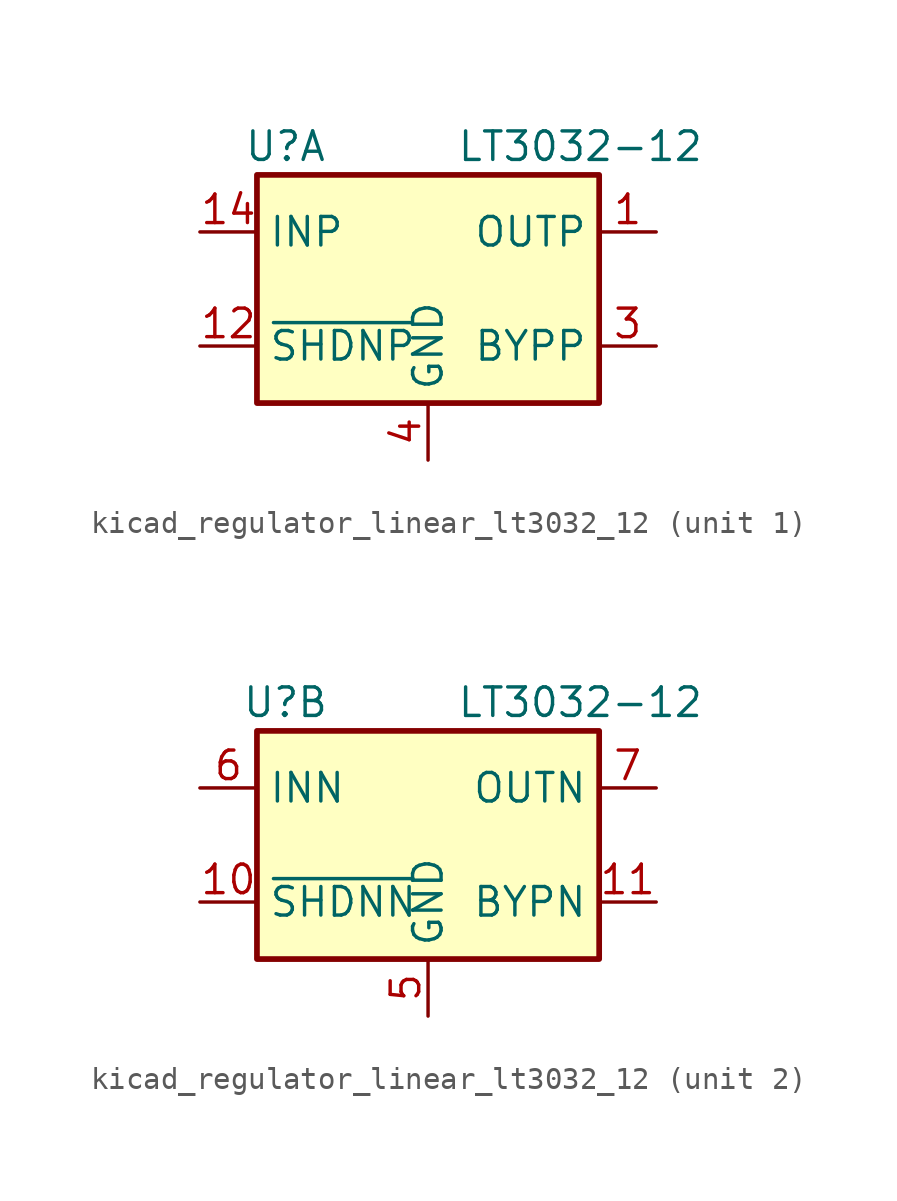
<source format=kicad_sym>
(kicad_symbol_lib
  (version 20220914)
  (generator kicad_symbol_editor)
  (symbol "kicad_regulator_linear_lt3032_12"
    (property "Reference" "U"
      (at -6.35 6.35 0)
      (effects (font (size 1.27 1.27))))
    (property "Value" "LT3032-12"
      (at 1.27 6.35 0)
      (effects (font (size 1.27 1.27)) (justify left)))
    (property "ki_locked" ""
      (at 0 0 0)
      (effects (font (size 1.27 1.27))))
    (symbol "kicad_regulator_linear_lt3032_12_0_1"
      (rectangle (start -7.62 5.08) (end 7.62 -5.08) (stroke (width 0.254) (type default)) (fill (type background))))
    (symbol "kicad_regulator_linear_lt3032_12_1_1"
      (pin power_out line (at 10.16 2.54 180) (length 2.54) (name "OUTP" (effects (font (size 1.27 1.27)))) (number "1" (effects (font (size 1.27 1.27)))))
      (pin input line (at -10.16 -2.54 0) (length 2.54) (name "~{SHDNP}" (effects (font (size 1.27 1.27)))) (number "12" (effects (font (size 1.27 1.27)))))
      (pin no_connect line (at 7.62 -5.08 180) (length 2.54) hide (name "NC" (effects (font (size 1.27 1.27)))) (number "13" (effects (font (size 1.27 1.27)))))
      (pin power_in line (at -10.16 2.54 0) (length 2.54) (name "INP" (effects (font (size 1.27 1.27)))) (number "14" (effects (font (size 1.27 1.27)))))
      (pin no_connect line (at 7.62 0 180) (length 2.54) hide (name "NC" (effects (font (size 1.27 1.27)))) (number "2" (effects (font (size 1.27 1.27)))))
      (pin passive line (at 10.16 -2.54 180) (length 2.54) (name "BYPP" (effects (font (size 1.27 1.27)))) (number "3" (effects (font (size 1.27 1.27)))))
      (pin power_in line (at 0 -7.62 90) (length 2.54) (name "GND" (effects (font (size 1.27 1.27)))) (number "4" (effects (font (size 1.27 1.27))))))
    (symbol "kicad_regulator_linear_lt3032_12_2_1"
      (pin input line (at -10.16 -2.54 0) (length 2.54) (name "~{SHDNN}" (effects (font (size 1.27 1.27)))) (number "10" (effects (font (size 1.27 1.27)))))
      (pin passive line (at 10.16 -2.54 180) (length 2.54) (name "BYPN" (effects (font (size 1.27 1.27)))) (number "11" (effects (font (size 1.27 1.27)))))
      (pin power_in line (at 0 -7.62 90) (length 2.54) (name "GND" (effects (font (size 1.27 1.27)))) (number "5" (effects (font (size 1.27 1.27)))))
      (pin power_in line (at -10.16 2.54 0) (length 2.54) (name "INN" (effects (font (size 1.27 1.27)))) (number "6" (effects (font (size 1.27 1.27)))))
      (pin power_out line (at 10.16 2.54 180) (length 2.54) (name "OUTN" (effects (font (size 1.27 1.27)))) (number "7" (effects (font (size 1.27 1.27)))))
      (pin no_connect line (at 7.62 0 180) (length 2.54) hide (name "NC" (effects (font (size 1.27 1.27)))) (number "8" (effects (font (size 1.27 1.27)))))
      (pin passive line (at -10.16 2.54 0) (length 2.54) hide (name "INN" (effects (font (size 1.27 1.27)))) (number "9" (effects (font (size 1.27 1.27))))))))
</source>
